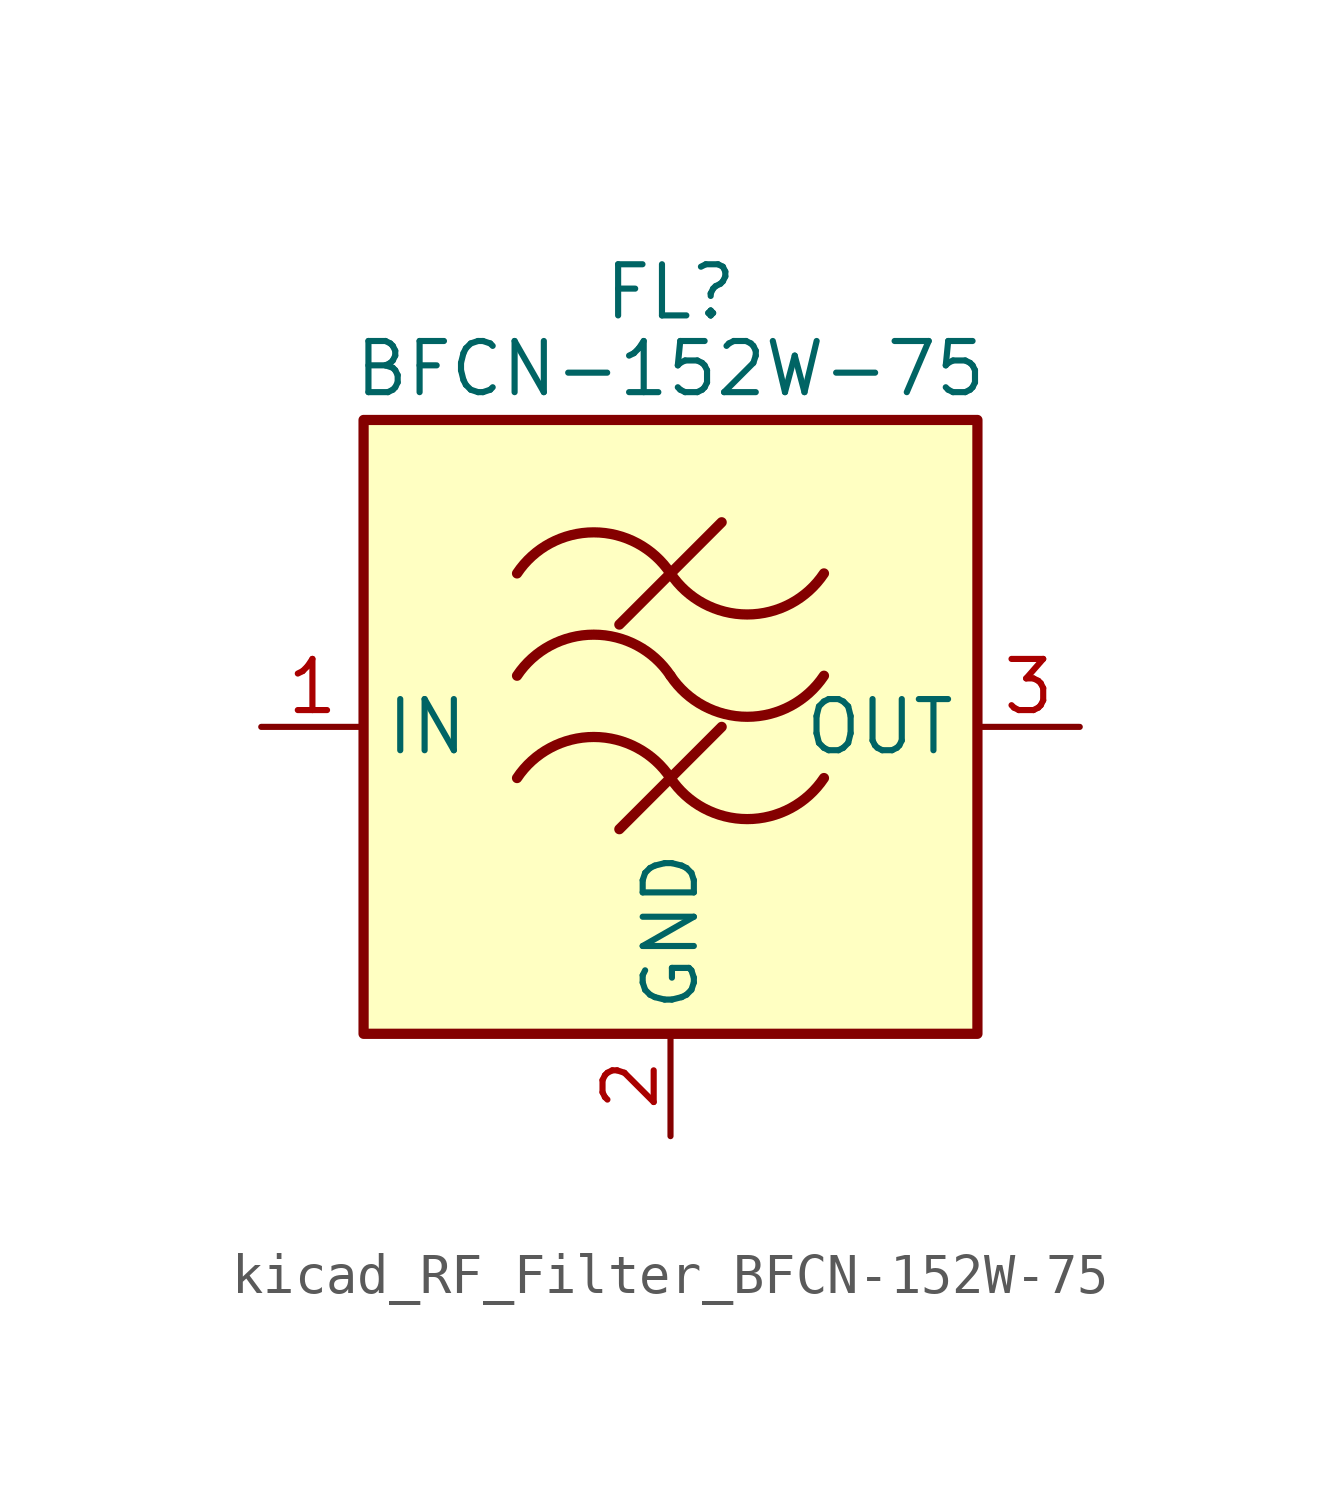
<source format=kicad_sym>
(kicad_symbol_lib
  (version 20220914)
  (generator kicad_symbol_editor)
  (symbol "kicad_RF_Filter_BFCN-152W-75"
    (property "Reference" "FL"
      (at 0 10.795 0)
      (effects (font (size 1.27 1.27))))
    (property "Value" "BFCN-152W-75"
      (at 0 8.89 0)
      (effects (font (size 1.27 1.27))))
    (symbol "kicad_RF_Filter_BFCN-152W-75_0_1"
      (rectangle (start -7.62 7.62) (end 7.62 -7.62) (stroke (width 0.254) (type default)) (fill (type background)))
      (arc (start 0 -1.27) (mid -1.905 -0.2505) (end -3.81 -1.27) (stroke (width 0.254) (type default)) (fill (type none)))
      (arc (start 0 -1.27) (mid 1.905 -2.2895) (end 3.81 -1.27) (stroke (width 0.254) (type default)) (fill (type none)))
      (polyline (pts (xy -1.27 -2.54) (xy 1.27 0)) (stroke (width 0.254) (type default)) (fill (type none)))
      (polyline (pts (xy -1.27 2.54) (xy 1.27 5.08)) (stroke (width 0.254) (type default)) (fill (type none)))
      (arc (start 0 1.27) (mid -1.905 2.2895) (end -3.81 1.27) (stroke (width 0.254) (type default)) (fill (type none)))
      (arc (start 0 1.27) (mid 1.905 0.2505) (end 3.81 1.27) (stroke (width 0.254) (type default)) (fill (type none)))
      (arc (start 0 3.81) (mid -1.905 4.8295) (end -3.81 3.81) (stroke (width 0.254) (type default)) (fill (type none)))
      (arc (start 0 3.81) (mid 1.905 2.7905) (end 3.81 3.81) (stroke (width 0.254) (type default)) (fill (type none))))
    (symbol "kicad_RF_Filter_BFCN-152W-75_1_1"
      (pin passive line (at -10.16 0 0) (length 2.54) (name "IN" (effects (font (size 1.27 1.27)))) (number "1" (effects (font (size 1.27 1.27)))))
      (pin passive line (at 0 -10.16 90) (length 2.54) (name "GND" (effects (font (size 1.27 1.27)))) (number "2" (effects (font (size 1.27 1.27)))))
      (pin passive line (at 10.16 0 180) (length 2.54) (name "OUT" (effects (font (size 1.27 1.27)))) (number "3" (effects (font (size 1.27 1.27))))))))
</source>
